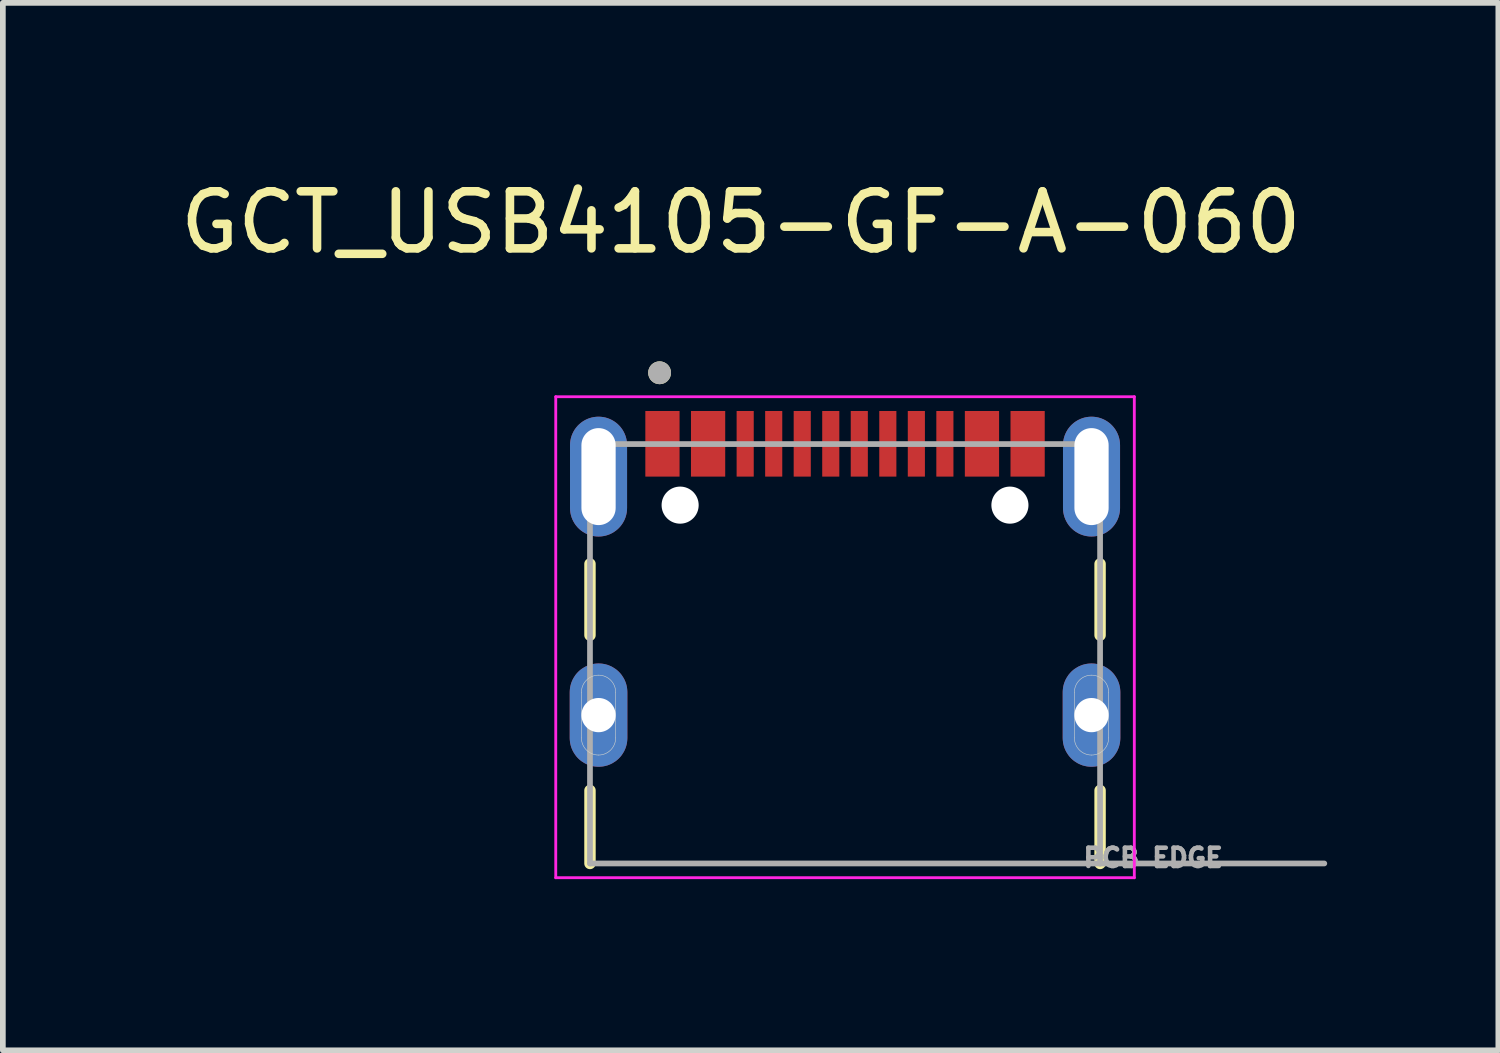
<source format=kicad_pcb>
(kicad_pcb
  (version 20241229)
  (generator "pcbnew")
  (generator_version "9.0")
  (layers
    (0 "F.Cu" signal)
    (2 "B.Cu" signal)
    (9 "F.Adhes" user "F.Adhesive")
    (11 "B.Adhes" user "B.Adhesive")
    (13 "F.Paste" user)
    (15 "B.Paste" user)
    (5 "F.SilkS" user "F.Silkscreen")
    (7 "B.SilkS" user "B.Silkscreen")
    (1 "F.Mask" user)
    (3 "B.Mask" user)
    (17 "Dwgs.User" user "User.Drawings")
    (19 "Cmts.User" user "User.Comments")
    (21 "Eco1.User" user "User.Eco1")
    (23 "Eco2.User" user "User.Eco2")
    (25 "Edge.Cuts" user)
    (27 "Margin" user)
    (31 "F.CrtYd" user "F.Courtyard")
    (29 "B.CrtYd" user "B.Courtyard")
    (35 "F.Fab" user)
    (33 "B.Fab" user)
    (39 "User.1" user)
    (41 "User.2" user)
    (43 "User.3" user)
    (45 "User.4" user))
  (footprint "GCT_USB4105-GF-A-060"
    (layer "F.Cu")
    (at 11.76 9.483)
    (property "Reference" "GCT_USB4105-GF-A-060" (at -1.825 -8.635 0) (layer "F.SilkS") (effects (font (size 1 1) (thickness 0.15))))
    (attr smd)
    (fp_poly (pts (xy -4.92 0) (xy -4.92 -0.4) (xy -4.919 -0.431) (xy -4.917 -0.463) (xy -4.913 -0.494) (xy -4.907 -0.525) (xy -4.9 -0.555) (xy -4.891 -0.585) (xy -4.88 -0.615) (xy -4.868 -0.644) (xy -4.855 -0.672) (xy -4.84 -0.7) (xy -4.823 -0.727) (xy -4.805 -0.753) (xy -4.786 -0.778) (xy -4.766 -0.801) (xy -4.744 -0.824) (xy -4.721 -0.846) (xy -4.698 -0.866) (xy -4.673 -0.885) (xy -4.647 -0.903) (xy -4.62 -0.92) (xy -4.592 -0.935) (xy -4.564 -0.948) (xy -4.535 -0.96) (xy -4.505 -0.971) (xy -4.475 -0.98) (xy -4.445 -0.987) (xy -4.414 -0.993) (xy -4.383 -0.997) (xy -4.351 -0.999) (xy -4.32 -1) (xy -4.289 -0.999) (xy -4.257 -0.997) (xy -4.226 -0.993) (xy -4.195 -0.987) (xy -4.165 -0.98) (xy -4.135 -0.971) (xy -4.105 -0.96) (xy -4.076 -0.948) (xy -4.048 -0.935) (xy -4.02 -0.92) (xy -3.993 -0.903) (xy -3.967 -0.885) (xy -3.942 -0.866) (xy -3.919 -0.846) (xy -3.896 -0.824) (xy -3.874 -0.801) (xy -3.854 -0.778) (xy -3.835 -0.753) (xy -3.817 -0.727) (xy -3.8 -0.7) (xy -3.785 -0.672) (xy -3.772 -0.644) (xy -3.76 -0.615) (xy -3.749 -0.585) (xy -3.74 -0.555) (xy -3.733 -0.525) (xy -3.727 -0.494) (xy -3.723 -0.463) (xy -3.721 -0.431) (xy -3.72 -0.4) (xy -3.72 0) (xy -3.72 0.4) (xy -3.721 0.431) (xy -3.723 0.463) (xy -3.727 0.494) (xy -3.733 0.525) (xy -3.74 0.555) (xy -3.749 0.585) (xy -3.76 0.615) (xy -3.772 0.644) (xy -3.785 0.672) (xy -3.8 0.7) (xy -3.817 0.727) (xy -3.835 0.753) (xy -3.854 0.778) (xy -3.874 0.801) (xy -3.896 0.824) (xy -3.919 0.846) (xy -3.942 0.866) (xy -3.967 0.885) (xy -3.993 0.903) (xy -4.02 0.92) (xy -4.048 0.935) (xy -4.076 0.948) (xy -4.105 0.96) (xy -4.135 0.971) (xy -4.165 0.98) (xy -4.195 0.987) (xy -4.226 0.993) (xy -4.257 0.997) (xy -4.289 0.999) (xy -4.32 1) (xy -4.351 0.999) (xy -4.383 0.997) (xy -4.414 0.993) (xy -4.445 0.987) (xy -4.475 0.98) (xy -4.505 0.971) (xy -4.535 0.96) (xy -4.564 0.948) (xy -4.592 0.935) (xy -4.62 0.92) (xy -4.647 0.903) (xy -4.673 0.885) (xy -4.698 0.866) (xy -4.721 0.846) (xy -4.744 0.824) (xy -4.766 0.801) (xy -4.786 0.778) (xy -4.805 0.753) (xy -4.823 0.727) (xy -4.84 0.7) (xy -4.855 0.672) (xy -4.868 0.644) (xy -4.88 0.615) (xy -4.891 0.585) (xy -4.9 0.555) (xy -4.907 0.525) (xy -4.913 0.494) (xy -4.917 0.463) (xy -4.919 0.431) (xy -4.92 0.4) (xy -4.92 0)) (stroke (width 0.01) (type solid)) (fill yes) (layer "F.Mask"))
    (fp_poly (pts (xy 3.72 0) (xy 3.72 -0.4) (xy 3.721 -0.431) (xy 3.723 -0.463) (xy 3.727 -0.494) (xy 3.733 -0.525) (xy 3.74 -0.555) (xy 3.749 -0.585) (xy 3.76 -0.615) (xy 3.772 -0.644) (xy 3.785 -0.672) (xy 3.8 -0.7) (xy 3.817 -0.727) (xy 3.835 -0.753) (xy 3.854 -0.778) (xy 3.874 -0.801) (xy 3.896 -0.824) (xy 3.919 -0.846) (xy 3.942 -0.866) (xy 3.967 -0.885) (xy 3.993 -0.903) (xy 4.02 -0.92) (xy 4.048 -0.935) (xy 4.076 -0.948) (xy 4.105 -0.96) (xy 4.135 -0.971) (xy 4.165 -0.98) (xy 4.195 -0.987) (xy 4.226 -0.993) (xy 4.257 -0.997) (xy 4.289 -0.999) (xy 4.32 -1) (xy 4.351 -0.999) (xy 4.383 -0.997) (xy 4.414 -0.993) (xy 4.445 -0.987) (xy 4.475 -0.98) (xy 4.505 -0.971) (xy 4.535 -0.96) (xy 4.564 -0.948) (xy 4.592 -0.935) (xy 4.62 -0.92) (xy 4.647 -0.903) (xy 4.673 -0.885) (xy 4.698 -0.866) (xy 4.721 -0.846) (xy 4.744 -0.824) (xy 4.766 -0.801) (xy 4.786 -0.778) (xy 4.805 -0.753) (xy 4.823 -0.727) (xy 4.84 -0.7) (xy 4.855 -0.672) (xy 4.868 -0.644) (xy 4.88 -0.615) (xy 4.891 -0.585) (xy 4.9 -0.555) (xy 4.907 -0.525) (xy 4.913 -0.494) (xy 4.917 -0.463) (xy 4.919 -0.431) (xy 4.92 -0.4) (xy 4.92 0) (xy 4.92 0.4) (xy 4.919 0.431) (xy 4.917 0.463) (xy 4.913 0.494) (xy 4.907 0.525) (xy 4.9 0.555) (xy 4.891 0.585) (xy 4.88 0.615) (xy 4.868 0.644) (xy 4.855 0.672) (xy 4.84 0.7) (xy 4.823 0.727) (xy 4.805 0.753) (xy 4.786 0.778) (xy 4.766 0.801) (xy 4.744 0.824) (xy 4.721 0.846) (xy 4.698 0.866) (xy 4.673 0.885) (xy 4.647 0.903) (xy 4.62 0.92) (xy 4.592 0.935) (xy 4.564 0.948) (xy 4.535 0.96) (xy 4.505 0.971) (xy 4.475 0.98) (xy 4.445 0.987) (xy 4.414 0.993) (xy 4.383 0.997) (xy 4.351 0.999) (xy 4.32 1) (xy 4.289 0.999) (xy 4.257 0.997) (xy 4.226 0.993) (xy 4.195 0.987) (xy 4.165 0.98) (xy 4.135 0.971) (xy 4.105 0.96) (xy 4.076 0.948) (xy 4.048 0.935) (xy 4.02 0.92) (xy 3.993 0.903) (xy 3.967 0.885) (xy 3.942 0.866) (xy 3.919 0.846) (xy 3.896 0.824) (xy 3.874 0.801) (xy 3.854 0.778) (xy 3.835 0.753) (xy 3.817 0.727) (xy 3.8 0.7) (xy 3.785 0.672) (xy 3.772 0.644) (xy 3.76 0.615) (xy 3.749 0.585) (xy 3.74 0.555) (xy 3.733 0.525) (xy 3.727 0.494) (xy 3.723 0.463) (xy 3.721 0.431) (xy 3.72 0.4) (xy 3.72 0)) (stroke (width 0.01) (type solid)) (fill yes) (layer "F.Mask"))
    (fp_poly (pts (xy -4.92 0) (xy -4.92 -0.4) (xy -4.919 -0.431) (xy -4.917 -0.463) (xy -4.913 -0.494) (xy -4.907 -0.525) (xy -4.9 -0.555) (xy -4.891 -0.585) (xy -4.88 -0.615) (xy -4.868 -0.644) (xy -4.855 -0.672) (xy -4.84 -0.7) (xy -4.823 -0.727) (xy -4.805 -0.753) (xy -4.786 -0.778) (xy -4.766 -0.801) (xy -4.744 -0.824) (xy -4.721 -0.846) (xy -4.698 -0.866) (xy -4.673 -0.885) (xy -4.647 -0.903) (xy -4.62 -0.92) (xy -4.592 -0.935) (xy -4.564 -0.948) (xy -4.535 -0.96) (xy -4.505 -0.971) (xy -4.475 -0.98) (xy -4.445 -0.987) (xy -4.414 -0.993) (xy -4.383 -0.997) (xy -4.351 -0.999) (xy -4.32 -1) (xy -4.289 -0.999) (xy -4.257 -0.997) (xy -4.226 -0.993) (xy -4.195 -0.987) (xy -4.165 -0.98) (xy -4.135 -0.971) (xy -4.105 -0.96) (xy -4.076 -0.948) (xy -4.048 -0.935) (xy -4.02 -0.92) (xy -3.993 -0.903) (xy -3.967 -0.885) (xy -3.942 -0.866) (xy -3.919 -0.846) (xy -3.896 -0.824) (xy -3.874 -0.801) (xy -3.854 -0.778) (xy -3.835 -0.753) (xy -3.817 -0.727) (xy -3.8 -0.7) (xy -3.785 -0.672) (xy -3.772 -0.644) (xy -3.76 -0.615) (xy -3.749 -0.585) (xy -3.74 -0.555) (xy -3.733 -0.525) (xy -3.727 -0.494) (xy -3.723 -0.463) (xy -3.721 -0.431) (xy -3.72 -0.4) (xy -3.72 0) (xy -3.72 0.4) (xy -3.721 0.431) (xy -3.723 0.463) (xy -3.727 0.494) (xy -3.733 0.525) (xy -3.74 0.555) (xy -3.749 0.585) (xy -3.76 0.615) (xy -3.772 0.644) (xy -3.785 0.672) (xy -3.8 0.7) (xy -3.817 0.727) (xy -3.835 0.753) (xy -3.854 0.778) (xy -3.874 0.801) (xy -3.896 0.824) (xy -3.919 0.846) (xy -3.942 0.866) (xy -3.967 0.885) (xy -3.993 0.903) (xy -4.02 0.92) (xy -4.048 0.935) (xy -4.076 0.948) (xy -4.105 0.96) (xy -4.135 0.971) (xy -4.165 0.98) (xy -4.195 0.987) (xy -4.226 0.993) (xy -4.257 0.997) (xy -4.289 0.999) (xy -4.32 1) (xy -4.351 0.999) (xy -4.383 0.997) (xy -4.414 0.993) (xy -4.445 0.987) (xy -4.475 0.98) (xy -4.505 0.971) (xy -4.535 0.96) (xy -4.564 0.948) (xy -4.592 0.935) (xy -4.62 0.92) (xy -4.647 0.903) (xy -4.673 0.885) (xy -4.698 0.866) (xy -4.721 0.846) (xy -4.744 0.824) (xy -4.766 0.801) (xy -4.786 0.778) (xy -4.805 0.753) (xy -4.823 0.727) (xy -4.84 0.7) (xy -4.855 0.672) (xy -4.868 0.644) (xy -4.88 0.615) (xy -4.891 0.585) (xy -4.9 0.555) (xy -4.907 0.525) (xy -4.913 0.494) (xy -4.917 0.463) (xy -4.919 0.431) (xy -4.92 0.4) (xy -4.92 0)) (stroke (width 0.01) (type solid)) (fill yes) (layer "B.Mask"))
    (fp_poly (pts (xy 3.72 0) (xy 3.72 -0.4) (xy 3.721 -0.431) (xy 3.723 -0.463) (xy 3.727 -0.494) (xy 3.733 -0.525) (xy 3.74 -0.555) (xy 3.749 -0.585) (xy 3.76 -0.615) (xy 3.772 -0.644) (xy 3.785 -0.672) (xy 3.8 -0.7) (xy 3.817 -0.727) (xy 3.835 -0.753) (xy 3.854 -0.778) (xy 3.874 -0.801) (xy 3.896 -0.824) (xy 3.919 -0.846) (xy 3.942 -0.866) (xy 3.967 -0.885) (xy 3.993 -0.903) (xy 4.02 -0.92) (xy 4.048 -0.935) (xy 4.076 -0.948) (xy 4.105 -0.96) (xy 4.135 -0.971) (xy 4.165 -0.98) (xy 4.195 -0.987) (xy 4.226 -0.993) (xy 4.257 -0.997) (xy 4.289 -0.999) (xy 4.32 -1) (xy 4.351 -0.999) (xy 4.383 -0.997) (xy 4.414 -0.993) (xy 4.445 -0.987) (xy 4.475 -0.98) (xy 4.505 -0.971) (xy 4.535 -0.96) (xy 4.564 -0.948) (xy 4.592 -0.935) (xy 4.62 -0.92) (xy 4.647 -0.903) (xy 4.673 -0.885) (xy 4.698 -0.866) (xy 4.721 -0.846) (xy 4.744 -0.824) (xy 4.766 -0.801) (xy 4.786 -0.778) (xy 4.805 -0.753) (xy 4.823 -0.727) (xy 4.84 -0.7) (xy 4.855 -0.672) (xy 4.868 -0.644) (xy 4.88 -0.615) (xy 4.891 -0.585) (xy 4.9 -0.555) (xy 4.907 -0.525) (xy 4.913 -0.494) (xy 4.917 -0.463) (xy 4.919 -0.431) (xy 4.92 -0.4) (xy 4.92 0) (xy 4.92 0.4) (xy 4.919 0.431) (xy 4.917 0.463) (xy 4.913 0.494) (xy 4.907 0.525) (xy 4.9 0.555) (xy 4.891 0.585) (xy 4.88 0.615) (xy 4.868 0.644) (xy 4.855 0.672) (xy 4.84 0.7) (xy 4.823 0.727) (xy 4.805 0.753) (xy 4.786 0.778) (xy 4.766 0.801) (xy 4.744 0.824) (xy 4.721 0.846) (xy 4.698 0.866) (xy 4.673 0.885) (xy 4.647 0.903) (xy 4.62 0.92) (xy 4.592 0.935) (xy 4.564 0.948) (xy 4.535 0.96) (xy 4.505 0.971) (xy 4.475 0.98) (xy 4.445 0.987) (xy 4.414 0.993) (xy 4.383 0.997) (xy 4.351 0.999) (xy 4.32 1) (xy 4.289 0.999) (xy 4.257 0.997) (xy 4.226 0.993) (xy 4.195 0.987) (xy 4.165 0.98) (xy 4.135 0.971) (xy 4.105 0.96) (xy 4.076 0.948) (xy 4.048 0.935) (xy 4.02 0.92) (xy 3.993 0.903) (xy 3.967 0.885) (xy 3.942 0.866) (xy 3.919 0.846) (xy 3.896 0.824) (xy 3.874 0.801) (xy 3.854 0.778) (xy 3.835 0.753) (xy 3.817 0.727) (xy 3.8 0.7) (xy 3.785 0.672) (xy 3.772 0.644) (xy 3.76 0.615) (xy 3.749 0.585) (xy 3.74 0.555) (xy 3.733 0.525) (xy 3.727 0.494) (xy 3.723 0.463) (xy 3.721 0.431) (xy 3.72 0.4) (xy 3.72 0)) (stroke (width 0.01) (type solid)) (fill yes) (layer "B.Mask"))
    (fp_line (start -4.47 -2.65) (end -4.47 -1.4) (stroke (width 0.2) (type solid)) (layer "F.SilkS"))
    (fp_line (start -4.47 1.32) (end -4.47 2.6) (stroke (width 0.2) (type solid)) (layer "F.SilkS"))
    (fp_line (start 4.47 -2.65) (end 4.47 -1.4) (stroke (width 0.2) (type solid)) (layer "F.SilkS"))
    (fp_line (start 4.47 2.6) (end 4.47 1.32) (stroke (width 0.2) (type solid)) (layer "F.SilkS"))
    (fp_circle (center -3.25 -6) (end -3.15 -6) (stroke (width 0.2) (type solid)) (fill no) (layer "F.SilkS"))
    (fp_line (start -4.62 0.4) (end -4.62 -0.4) (stroke (width 0.01) (type solid)) (layer "Edge.Cuts"))
    (fp_line (start -4.02 -0.4) (end -4.02 0.4) (stroke (width 0.01) (type solid)) (layer "Edge.Cuts"))
    (fp_line (start 4.02 0.4) (end 4.02 -0.4) (stroke (width 0.01) (type solid)) (layer "Edge.Cuts"))
    (fp_line (start 4.62 -0.4) (end 4.62 0.4) (stroke (width 0.01) (type solid)) (layer "Edge.Cuts"))
    (fp_arc (start -4.62 -0.4) (mid -4.532132 -0.612132) (end -4.32 -0.7) (stroke (width 0.01) (type solid)) (layer "Edge.Cuts"))
    (fp_arc (start -4.32 -0.7) (mid -4.107868 -0.612132) (end -4.02 -0.4) (stroke (width 0.01) (type solid)) (layer "Edge.Cuts"))
    (fp_arc (start -4.32 0.7) (mid -4.532132 0.612132) (end -4.62 0.4) (stroke (width 0.01) (type solid)) (layer "Edge.Cuts"))
    (fp_arc (start -4.02 0.4) (mid -4.107868 0.612132) (end -4.32 0.7) (stroke (width 0.01) (type solid)) (layer "Edge.Cuts"))
    (fp_arc (start 4.02 -0.4) (mid 4.107868 -0.612132) (end 4.32 -0.7) (stroke (width 0.01) (type solid)) (layer "Edge.Cuts"))
    (fp_arc (start 4.32 -0.7) (mid 4.532132 -0.612132) (end 4.62 -0.4) (stroke (width 0.01) (type solid)) (layer "Edge.Cuts"))
    (fp_arc (start 4.32 0.7) (mid 4.107868 0.612132) (end 4.02 0.4) (stroke (width 0.01) (type solid)) (layer "Edge.Cuts"))
    (fp_arc (start 4.62 0.4) (mid 4.532132 0.612132) (end 4.32 0.7) (stroke (width 0.01) (type solid)) (layer "Edge.Cuts"))
    (fp_line (start -5.07 -5.58) (end -5.07 2.85) (stroke (width 0.05) (type solid)) (layer "F.CrtYd"))
    (fp_line (start -5.07 2.85) (end 5.07 2.85) (stroke (width 0.05) (type solid)) (layer "F.CrtYd"))
    (fp_line (start 5.07 -5.58) (end -5.07 -5.58) (stroke (width 0.05) (type solid)) (layer "F.CrtYd"))
    (fp_line (start 5.07 2.85) (end 5.07 -5.58) (stroke (width 0.05) (type solid)) (layer "F.CrtYd"))
    (fp_line (start -4.47 -4.75) (end 4.47 -4.75) (stroke (width 0.1) (type solid)) (layer "F.Fab"))
    (fp_line (start -4.47 2.6) (end -4.47 -4.75) (stroke (width 0.1) (type solid)) (layer "F.Fab"))
    (fp_line (start 4.47 -4.75) (end 4.47 2.6) (stroke (width 0.1) (type solid)) (layer "F.Fab"))
    (fp_line (start 4.47 2.6) (end -4.47 2.6) (stroke (width 0.1) (type solid)) (layer "F.Fab"))
    (fp_line (start 4.47 2.6) (end 8.4 2.6) (stroke (width 0.1) (type solid)) (layer "F.Fab"))
    (fp_circle (center -3.25 -6) (end -3.15 -6) (stroke (width 0.2) (type solid)) (fill no) (layer "F.Fab"))
    (fp_text user "PCB EDGE" (at 5.4 2.5 0) (layer "F.Fab") (effects (font (size 0.32 0.32) (thickness 0.15))))
    (pad "" np_thru_hole circle (at -2.89 -3.68) (size 0.65 0.65) (drill 0.65) (layers "*.Cu" "*.Mask"))
    (pad "" np_thru_hole circle (at 2.89 -3.68) (size 0.65 0.65) (drill 0.65) (layers "*.Cu" "*.Mask"))
    (pad "A1_B12" smd rect (at -3.2 -4.755) (size 0.6 1.15) (layers "F.Cu" "F.Mask" "F.Paste"))
    (pad "A4_B9" smd rect (at -2.4 -4.755) (size 0.6 1.15) (layers "F.Cu" "F.Mask" "F.Paste"))
    (pad "A5" smd rect (at -1.25 -4.755) (size 0.3 1.15) (layers "F.Cu" "F.Mask" "F.Paste"))
    (pad "A6" smd rect (at -0.25 -4.755) (size 0.3 1.15) (layers "F.Cu" "F.Mask" "F.Paste"))
    (pad "A7" smd rect (at 0.25 -4.755) (size 0.3 1.15) (layers "F.Cu" "F.Mask" "F.Paste"))
    (pad "A8" smd rect (at 1.25 -4.755) (size 0.3 1.15) (layers "F.Cu" "F.Mask" "F.Paste"))
    (pad "B1_A12" smd rect (at 3.2 -4.755) (size 0.6 1.15) (layers "F.Cu" "F.Mask" "F.Paste"))
    (pad "B4_A9" smd rect (at 2.4 -4.755) (size 0.6 1.15) (layers "F.Cu" "F.Mask" "F.Paste"))
    (pad "B5" smd rect (at 1.75 -4.755) (size 0.3 1.15) (layers "F.Cu" "F.Mask" "F.Paste"))
    (pad "B6" smd rect (at 0.75 -4.755) (size 0.3 1.15) (layers "F.Cu" "F.Mask" "F.Paste"))
    (pad "B7" smd rect (at -0.75 -4.755) (size 0.3 1.15) (layers "F.Cu" "F.Mask" "F.Paste"))
    (pad "B8" smd rect (at -1.75 -4.755) (size 0.3 1.15) (layers "F.Cu" "F.Mask" "F.Paste"))
    (pad "SH1" thru_hole oval (at -4.32 -4.18) (size 1 2.1) (drill oval 0.6 1.7) (layers "*.Cu" "*.Mask"))
    (pad "SH2" thru_hole oval (at 4.32 -4.18) (size 1 2.1) (drill oval 0.6 1.7) (layers "*.Cu" "*.Mask"))
    (pad "SH3" thru_hole custom (at -4.32 0) (size 1 1) (drill 0.6) (layers "*.Cu") (options (anchor circle)) (primitives (gr_poly (pts (xy -0.5 0) (xy -0.5 -0.4) (xy -0.499 -0.426) (xy -0.497 -0.452) (xy -0.494 -0.478) (xy -0.489 -0.504) (xy -0.483 -0.529) (xy -0.476 -0.555) (xy -0.467 -0.579) (xy -0.457 -0.603) (xy -0.446 -0.627) (xy -0.433 -0.65) (xy -0.419 -0.672) (xy -0.405 -0.694) (xy -0.389 -0.715) (xy -0.372 -0.735) (xy -0.354 -0.754) (xy -0.335 -0.772) (xy -0.315 -0.789) (xy -0.294 -0.805) (xy -0.272 -0.819) (xy -0.25 -0.833) (xy -0.227 -0.846) (xy -0.203 -0.857) (xy -0.179 -0.867) (xy -0.155 -0.876) (xy -0.129 -0.883) (xy -0.104 -0.889) (xy -0.078 -0.894) (xy -0.052 -0.897) (xy -0.026 -0.899) (xy 0 -0.9) (xy 0.026 -0.899) (xy 0.052 -0.897) (xy 0.078 -0.894) (xy 0.104 -0.889) (xy 0.129 -0.883) (xy 0.155 -0.876) (xy 0.179 -0.867) (xy 0.203 -0.857) (xy 0.227 -0.846) (xy 0.25 -0.833) (xy 0.272 -0.819) (xy 0.294 -0.805) (xy 0.315 -0.789) (xy 0.335 -0.772) (xy 0.354 -0.754) (xy 0.372 -0.735) (xy 0.389 -0.715) (xy 0.405 -0.694) (xy 0.419 -0.672) (xy 0.433 -0.65) (xy 0.446 -0.627) (xy 0.457 -0.603) (xy 0.467 -0.579) (xy 0.476 -0.555) (xy 0.483 -0.529) (xy 0.489 -0.504) (xy 0.494 -0.478) (xy 0.497 -0.452) (xy 0.499 -0.426) (xy 0.5 -0.4) (xy 0.5 0) (xy 0.5 0.4) (xy 0.499 0.426) (xy 0.497 0.452) (xy 0.494 0.478) (xy 0.489 0.504) (xy 0.483 0.529) (xy 0.476 0.555) (xy 0.467 0.579) (xy 0.457 0.603) (xy 0.446 0.627) (xy 0.433 0.65) (xy 0.419 0.672) (xy 0.405 0.694) (xy 0.389 0.715) (xy 0.372 0.735) (xy 0.354 0.754) (xy 0.335 0.772) (xy 0.315 0.789) (xy 0.294 0.805) (xy 0.272 0.819) (xy 0.25 0.833) (xy 0.227 0.846) (xy 0.203 0.857) (xy 0.179 0.867) (xy 0.155 0.876) (xy 0.129 0.883) (xy 0.104 0.889) (xy 0.078 0.894) (xy 0.052 0.897) (xy 0.026 0.899) (xy 0 0.9) (xy -0.026 0.899) (xy -0.052 0.897) (xy -0.078 0.894) (xy -0.104 0.889) (xy -0.129 0.883) (xy -0.155 0.876) (xy -0.179 0.867) (xy -0.203 0.857) (xy -0.227 0.846) (xy -0.25 0.833) (xy -0.272 0.819) (xy -0.294 0.805) (xy -0.315 0.789) (xy -0.335 0.772) (xy -0.354 0.754) (xy -0.372 0.735) (xy -0.389 0.715) (xy -0.405 0.694) (xy -0.419 0.672) (xy -0.433 0.65) (xy -0.446 0.627) (xy -0.457 0.603) (xy -0.467 0.579) (xy -0.476 0.555) (xy -0.483 0.529) (xy -0.489 0.504) (xy -0.494 0.478) (xy -0.497 0.452) (xy -0.499 0.426) (xy -0.5 0.4) (xy -0.5 0)) (width 0.01) (fill yes))))
    (pad "SH4" thru_hole custom (at 4.32 0) (size 1 1) (drill 0.6) (layers "*.Cu") (options (anchor circle)) (primitives (gr_poly (pts (xy -0.5 0) (xy -0.5 -0.4) (xy -0.499 -0.426) (xy -0.497 -0.452) (xy -0.494 -0.478) (xy -0.489 -0.504) (xy -0.483 -0.529) (xy -0.476 -0.555) (xy -0.467 -0.579) (xy -0.457 -0.603) (xy -0.446 -0.627) (xy -0.433 -0.65) (xy -0.419 -0.672) (xy -0.405 -0.694) (xy -0.389 -0.715) (xy -0.372 -0.735) (xy -0.354 -0.754) (xy -0.335 -0.772) (xy -0.315 -0.789) (xy -0.294 -0.805) (xy -0.272 -0.819) (xy -0.25 -0.833) (xy -0.227 -0.846) (xy -0.203 -0.857) (xy -0.179 -0.867) (xy -0.155 -0.876) (xy -0.129 -0.883) (xy -0.104 -0.889) (xy -0.078 -0.894) (xy -0.052 -0.897) (xy -0.026 -0.899) (xy 0 -0.9) (xy 0.026 -0.899) (xy 0.052 -0.897) (xy 0.078 -0.894) (xy 0.104 -0.889) (xy 0.129 -0.883) (xy 0.155 -0.876) (xy 0.179 -0.867) (xy 0.203 -0.857) (xy 0.227 -0.846) (xy 0.25 -0.833) (xy 0.272 -0.819) (xy 0.294 -0.805) (xy 0.315 -0.789) (xy 0.335 -0.772) (xy 0.354 -0.754) (xy 0.372 -0.735) (xy 0.389 -0.715) (xy 0.405 -0.694) (xy 0.419 -0.672) (xy 0.433 -0.65) (xy 0.446 -0.627) (xy 0.457 -0.603) (xy 0.467 -0.579) (xy 0.476 -0.555) (xy 0.483 -0.529) (xy 0.489 -0.504) (xy 0.494 -0.478) (xy 0.497 -0.452) (xy 0.499 -0.426) (xy 0.5 -0.4) (xy 0.5 0) (xy 0.5 0.4) (xy 0.499 0.426) (xy 0.497 0.452) (xy 0.494 0.478) (xy 0.489 0.504) (xy 0.483 0.529) (xy 0.476 0.555) (xy 0.467 0.579) (xy 0.457 0.603) (xy 0.446 0.627) (xy 0.433 0.65) (xy 0.419 0.672) (xy 0.405 0.694) (xy 0.389 0.715) (xy 0.372 0.735) (xy 0.354 0.754) (xy 0.335 0.772) (xy 0.315 0.789) (xy 0.294 0.805) (xy 0.272 0.819) (xy 0.25 0.833) (xy 0.227 0.846) (xy 0.203 0.857) (xy 0.179 0.867) (xy 0.155 0.876) (xy 0.129 0.883) (xy 0.104 0.889) (xy 0.078 0.894) (xy 0.052 0.897) (xy 0.026 0.899) (xy 0 0.9) (xy -0.026 0.899) (xy -0.052 0.897) (xy -0.078 0.894) (xy -0.104 0.889) (xy -0.129 0.883) (xy -0.155 0.876) (xy -0.179 0.867) (xy -0.203 0.857) (xy -0.227 0.846) (xy -0.25 0.833) (xy -0.272 0.819) (xy -0.294 0.805) (xy -0.315 0.789) (xy -0.335 0.772) (xy -0.354 0.754) (xy -0.372 0.735) (xy -0.389 0.715) (xy -0.405 0.694) (xy -0.419 0.672) (xy -0.433 0.65) (xy -0.446 0.627) (xy -0.457 0.603) (xy -0.467 0.579) (xy -0.476 0.555) (xy -0.483 0.529) (xy -0.489 0.504) (xy -0.494 0.478) (xy -0.497 0.452) (xy -0.499 0.426) (xy -0.5 0.4) (xy -0.5 0)) (width 0.01) (fill yes)))))
  (gr_rect
    (start -3 -3)
    (end 23.21 15.358)
    (stroke (width 0.1) (type default))
    (fill no)
    (layer "Edge.Cuts")))
</source>
